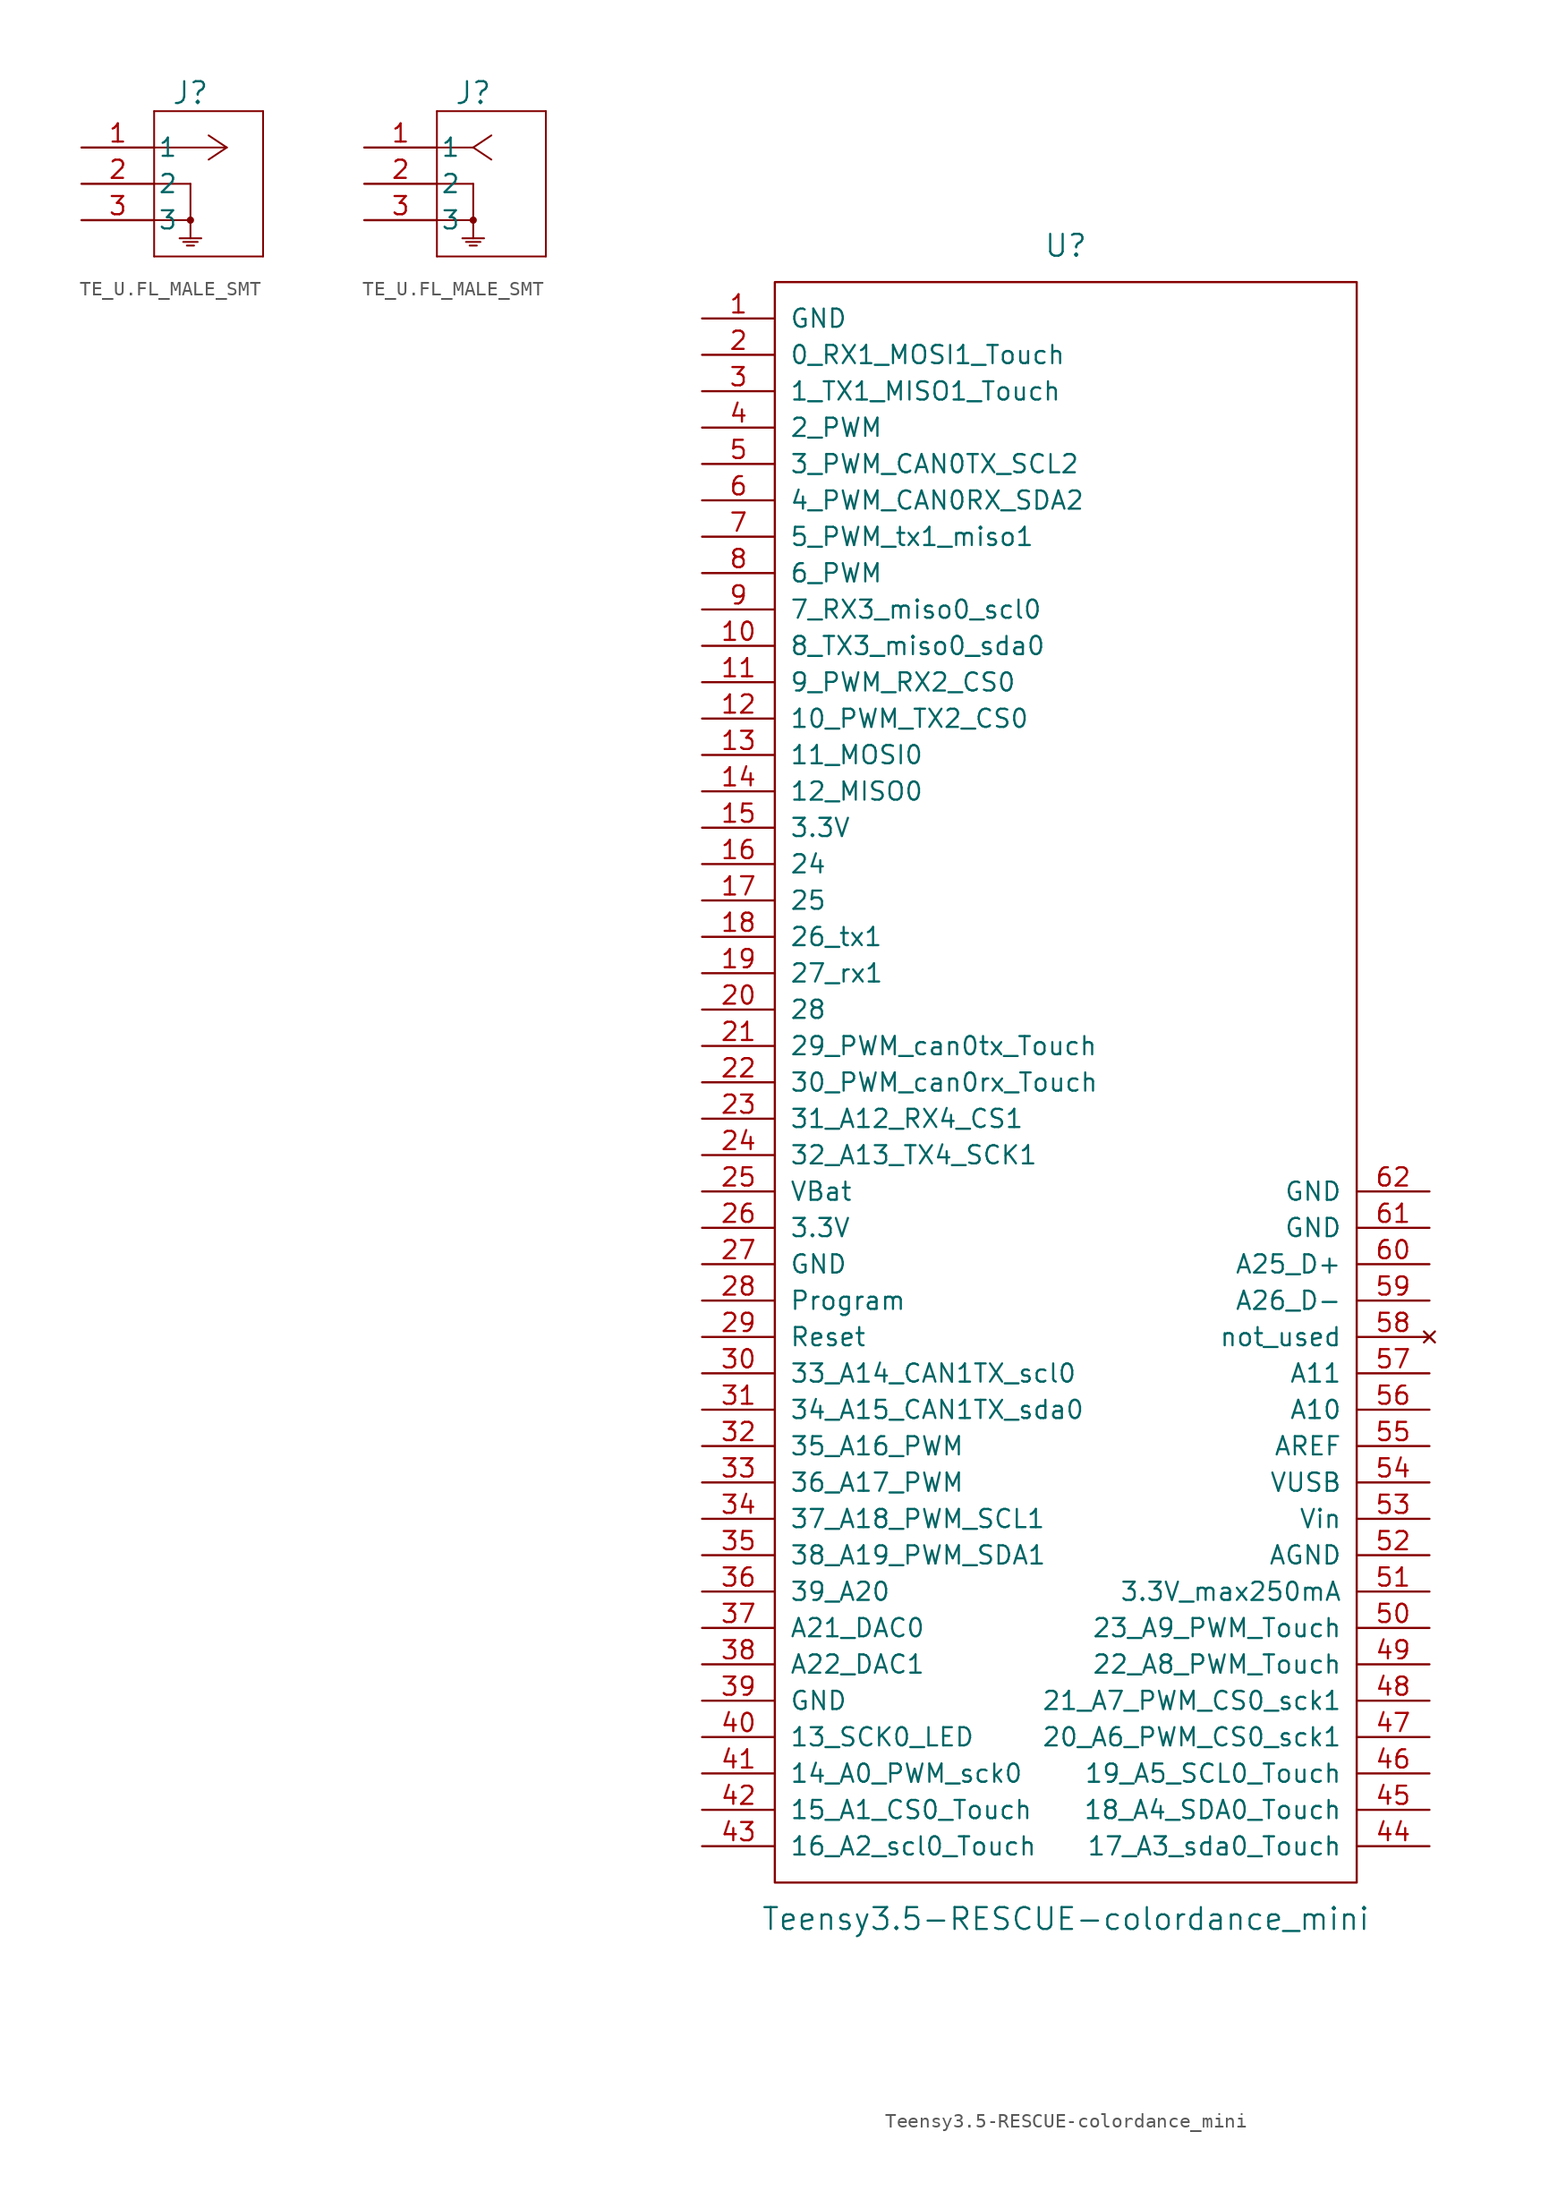
<source format=kicad_sym>
(kicad_symbol_lib
  (version 20231120)
  (generator "kicad_symbol_editor")
  (generator_version "8.0")
  (symbol "TE_U.FL_MALE_SMT"
    (pin_names
      (offset 0.254))
    (property "Reference" "J"
      (at 7.62 3.81 0)
      (effects (font (size 1.524 1.524))))
    (symbol "TE_U.FL_MALE_SMT_1_1"
      (polyline (pts (xy 5.08 -7.62) (xy 12.7 -7.62)) (stroke (width 0.127) (type default)) (fill (type none)))
      (polyline (pts (xy 5.08 2.54) (xy 5.08 -7.62)) (stroke (width 0.127) (type default)) (fill (type none)))
      (polyline (pts (xy 7.112 -6.604) (xy 8.128 -6.604)) (stroke (width 0.127) (type default)) (fill (type none)))
      (polyline (pts (xy 7.366 -6.858) (xy 7.874 -6.858)) (stroke (width 0.127) (type default)) (fill (type none)))
      (polyline (pts (xy 7.62 -5.08) (xy 5.08 -5.08)) (stroke (width 0.127) (type default)) (fill (type none)))
      (polyline (pts (xy 7.62 -2.54) (xy 5.08 -2.54)) (stroke (width 0.127) (type default)) (fill (type none)))
      (polyline (pts (xy 7.62 -2.54) (xy 7.62 -6.35)) (stroke (width 0.127) (type default)) (fill (type none)))
      (polyline (pts (xy 8.382 -6.35) (xy 6.858 -6.35)) (stroke (width 0.127) (type default)) (fill (type none)))
      (polyline (pts (xy 10.16 0) (xy 5.08 0)) (stroke (width 0.127) (type default)) (fill (type none)))
      (polyline (pts (xy 10.16 0) (xy 8.89 -0.847)) (stroke (width 0.127) (type default)) (fill (type none)))
      (polyline (pts (xy 10.16 0) (xy 8.89 0.847)) (stroke (width 0.127) (type default)) (fill (type none)))
      (polyline (pts (xy 12.7 -7.62) (xy 12.7 2.54)) (stroke (width 0.127) (type default)) (fill (type none)))
      (polyline (pts (xy 12.7 2.54) (xy 5.08 2.54)) (stroke (width 0.127) (type default)) (fill (type none)))
      (circle (center 7.62 -5.08) (radius 0.127) (stroke (width 0.254) (type default)) (fill (type none)))
      (pin bidirectional line (at 0 0 0) (length 5.08) (name "1" (effects (font (size 1.27 1.27)))) (number "1" (effects (font (size 1.27 1.27)))))
      (pin power_in line (at 0 -2.54 0) (length 5.08) (name "2" (effects (font (size 1.27 1.27)))) (number "2" (effects (font (size 1.27 1.27)))))
      (pin power_in line (at 0 -5.08 0) (length 5.08) (name "3" (effects (font (size 1.27 1.27)))) (number "3" (effects (font (size 1.27 1.27))))))
    (symbol "TE_U.FL_MALE_SMT_1_2"
      (polyline (pts (xy 5.08 -7.62) (xy 12.7 -7.62)) (stroke (width 0.127) (type default)) (fill (type none)))
      (polyline (pts (xy 5.08 2.54) (xy 5.08 -7.62)) (stroke (width 0.127) (type default)) (fill (type none)))
      (polyline (pts (xy 7.112 -6.604) (xy 8.128 -6.604)) (stroke (width 0.127) (type default)) (fill (type none)))
      (polyline (pts (xy 7.366 -6.858) (xy 7.874 -6.858)) (stroke (width 0.127) (type default)) (fill (type none)))
      (polyline (pts (xy 7.62 -5.08) (xy 5.08 -5.08)) (stroke (width 0.127) (type default)) (fill (type none)))
      (polyline (pts (xy 7.62 -2.54) (xy 5.08 -2.54)) (stroke (width 0.127) (type default)) (fill (type none)))
      (polyline (pts (xy 7.62 -2.54) (xy 7.62 -6.35)) (stroke (width 0.127) (type default)) (fill (type none)))
      (polyline (pts (xy 7.62 0) (xy 5.08 0)) (stroke (width 0.127) (type default)) (fill (type none)))
      (polyline (pts (xy 7.62 0) (xy 8.89 -0.847)) (stroke (width 0.127) (type default)) (fill (type none)))
      (polyline (pts (xy 7.62 0) (xy 8.89 0.847)) (stroke (width 0.127) (type default)) (fill (type none)))
      (polyline (pts (xy 8.382 -6.35) (xy 6.858 -6.35)) (stroke (width 0.127) (type default)) (fill (type none)))
      (polyline (pts (xy 12.7 -7.62) (xy 12.7 2.54)) (stroke (width 0.127) (type default)) (fill (type none)))
      (polyline (pts (xy 12.7 2.54) (xy 5.08 2.54)) (stroke (width 0.127) (type default)) (fill (type none)))
      (circle (center 7.62 -5.08) (radius 0.127) (stroke (width 0.254) (type default)) (fill (type none)))
      (pin unspecified line (at 0 0 0) (length 5.08) (name "1" (effects (font (size 1.27 1.27)))) (number "1" (effects (font (size 1.27 1.27)))))
      (pin unspecified line (at 0 -2.54 0) (length 5.08) (name "2" (effects (font (size 1.27 1.27)))) (number "2" (effects (font (size 1.27 1.27)))))
      (pin unspecified line (at 0 -5.08 0) (length 5.08) (name "3" (effects (font (size 1.27 1.27)))) (number "3" (effects (font (size 1.27 1.27)))))))
  (symbol "Teensy3.5-RESCUE-colordance_mini"
    (pin_names
      (offset 1.016))
    (property "Reference" "U"
      (at 0 58.42 0)
      (effects (font (size 1.524 1.524))))
    (property "Value" "Teensy3.5-RESCUE-colordance_mini"
      (at 0 -58.42 0)
      (effects (font (size 1.524 1.524))))
    (property "Footprint" ""
      (at 0 0 0)
      (effects (font (size 1.524 1.524))))
    (property "Datasheet" ""
      (at 0 0 0)
      (effects (font (size 1.524 1.524))))
    (symbol "Teensy3.5-RESCUE-colordance_mini_0_1"
      (rectangle (start -20.32 55.88) (end 20.32 -55.88) (stroke (width 0) (type default)) (fill (type none))))
    (symbol "Teensy3.5-RESCUE-colordance_mini_1_1"
      (pin power_in line (at -25.4 53.34 0) (length 5.08) (name "GND" (effects (font (size 1.27 1.27)))) (number "1" (effects (font (size 1.27 1.27)))))
      (pin bidirectional line (at -25.4 30.48 0) (length 5.08) (name "8_TX3_miso0_sda0" (effects (font (size 1.27 1.27)))) (number "10" (effects (font (size 1.27 1.27)))))
      (pin bidirectional line (at -25.4 27.94 0) (length 5.08) (name "9_PWM_RX2_CS0" (effects (font (size 1.27 1.27)))) (number "11" (effects (font (size 1.27 1.27)))))
      (pin bidirectional line (at -25.4 25.4 0) (length 5.08) (name "10_PWM_TX2_CS0" (effects (font (size 1.27 1.27)))) (number "12" (effects (font (size 1.27 1.27)))))
      (pin bidirectional line (at -25.4 22.86 0) (length 5.08) (name "11_MOSI0" (effects (font (size 1.27 1.27)))) (number "13" (effects (font (size 1.27 1.27)))))
      (pin bidirectional line (at -25.4 20.32 0) (length 5.08) (name "12_MISO0" (effects (font (size 1.27 1.27)))) (number "14" (effects (font (size 1.27 1.27)))))
      (pin power_in line (at -25.4 17.78 0) (length 5.08) (name "3.3V" (effects (font (size 1.27 1.27)))) (number "15" (effects (font (size 1.27 1.27)))))
      (pin bidirectional line (at -25.4 15.24 0) (length 5.08) (name "24" (effects (font (size 1.27 1.27)))) (number "16" (effects (font (size 1.27 1.27)))))
      (pin bidirectional line (at -25.4 12.7 0) (length 5.08) (name "25" (effects (font (size 1.27 1.27)))) (number "17" (effects (font (size 1.27 1.27)))))
      (pin bidirectional line (at -25.4 10.16 0) (length 5.08) (name "26_tx1" (effects (font (size 1.27 1.27)))) (number "18" (effects (font (size 1.27 1.27)))))
      (pin bidirectional line (at -25.4 7.62 0) (length 5.08) (name "27_rx1" (effects (font (size 1.27 1.27)))) (number "19" (effects (font (size 1.27 1.27)))))
      (pin bidirectional line (at -25.4 50.8 0) (length 5.08) (name "0_RX1_MOSI1_Touch" (effects (font (size 1.27 1.27)))) (number "2" (effects (font (size 1.27 1.27)))))
      (pin bidirectional line (at -25.4 5.08 0) (length 5.08) (name "28" (effects (font (size 1.27 1.27)))) (number "20" (effects (font (size 1.27 1.27)))))
      (pin bidirectional line (at -25.4 2.54 0) (length 5.08) (name "29_PWM_can0tx_Touch" (effects (font (size 1.27 1.27)))) (number "21" (effects (font (size 1.27 1.27)))))
      (pin bidirectional line (at -25.4 0 0) (length 5.08) (name "30_PWM_can0rx_Touch" (effects (font (size 1.27 1.27)))) (number "22" (effects (font (size 1.27 1.27)))))
      (pin bidirectional line (at -25.4 -2.54 0) (length 5.08) (name "31_A12_RX4_CS1" (effects (font (size 1.27 1.27)))) (number "23" (effects (font (size 1.27 1.27)))))
      (pin bidirectional line (at -25.4 -5.08 0) (length 5.08) (name "32_A13_TX4_SCK1" (effects (font (size 1.27 1.27)))) (number "24" (effects (font (size 1.27 1.27)))))
      (pin power_in line (at -25.4 -7.62 0) (length 5.08) (name "VBat" (effects (font (size 1.27 1.27)))) (number "25" (effects (font (size 1.27 1.27)))))
      (pin power_in line (at -25.4 -10.16 0) (length 5.08) (name "3.3V" (effects (font (size 1.27 1.27)))) (number "26" (effects (font (size 1.27 1.27)))))
      (pin power_in line (at -25.4 -12.7 0) (length 5.08) (name "GND" (effects (font (size 1.27 1.27)))) (number "27" (effects (font (size 1.27 1.27)))))
      (pin bidirectional line (at -25.4 -15.24 0) (length 5.08) (name "Program" (effects (font (size 1.27 1.27)))) (number "28" (effects (font (size 1.27 1.27)))))
      (pin bidirectional line (at -25.4 -17.78 0) (length 5.08) (name "Reset" (effects (font (size 1.27 1.27)))) (number "29" (effects (font (size 1.27 1.27)))))
      (pin bidirectional line (at -25.4 48.26 0) (length 5.08) (name "1_TX1_MISO1_Touch" (effects (font (size 1.27 1.27)))) (number "3" (effects (font (size 1.27 1.27)))))
      (pin bidirectional line (at -25.4 -20.32 0) (length 5.08) (name "33_A14_CAN1TX_scl0" (effects (font (size 1.27 1.27)))) (number "30" (effects (font (size 1.27 1.27)))))
      (pin bidirectional line (at -25.4 -22.86 0) (length 5.08) (name "34_A15_CAN1TX_sda0" (effects (font (size 1.27 1.27)))) (number "31" (effects (font (size 1.27 1.27)))))
      (pin bidirectional line (at -25.4 -25.4 0) (length 5.08) (name "35_A16_PWM" (effects (font (size 1.27 1.27)))) (number "32" (effects (font (size 1.27 1.27)))))
      (pin bidirectional line (at -25.4 -27.94 0) (length 5.08) (name "36_A17_PWM" (effects (font (size 1.27 1.27)))) (number "33" (effects (font (size 1.27 1.27)))))
      (pin bidirectional line (at -25.4 -30.48 0) (length 5.08) (name "37_A18_PWM_SCL1" (effects (font (size 1.27 1.27)))) (number "34" (effects (font (size 1.27 1.27)))))
      (pin bidirectional line (at -25.4 -33.02 0) (length 5.08) (name "38_A19_PWM_SDA1" (effects (font (size 1.27 1.27)))) (number "35" (effects (font (size 1.27 1.27)))))
      (pin bidirectional line (at -25.4 -35.56 0) (length 5.08) (name "39_A20" (effects (font (size 1.27 1.27)))) (number "36" (effects (font (size 1.27 1.27)))))
      (pin bidirectional line (at -25.4 -38.1 0) (length 5.08) (name "A21_DAC0" (effects (font (size 1.27 1.27)))) (number "37" (effects (font (size 1.27 1.27)))))
      (pin bidirectional line (at -25.4 -40.64 0) (length 5.08) (name "A22_DAC1" (effects (font (size 1.27 1.27)))) (number "38" (effects (font (size 1.27 1.27)))))
      (pin power_in line (at -25.4 -43.18 0) (length 5.08) (name "GND" (effects (font (size 1.27 1.27)))) (number "39" (effects (font (size 1.27 1.27)))))
      (pin bidirectional line (at -25.4 45.72 0) (length 5.08) (name "2_PWM" (effects (font (size 1.27 1.27)))) (number "4" (effects (font (size 1.27 1.27)))))
      (pin bidirectional line (at -25.4 -45.72 0) (length 5.08) (name "13_SCK0_LED" (effects (font (size 1.27 1.27)))) (number "40" (effects (font (size 1.27 1.27)))))
      (pin bidirectional line (at -25.4 -48.26 0) (length 5.08) (name "14_A0_PWM_sck0" (effects (font (size 1.27 1.27)))) (number "41" (effects (font (size 1.27 1.27)))))
      (pin bidirectional line (at -25.4 -50.8 0) (length 5.08) (name "15_A1_CS0_Touch" (effects (font (size 1.27 1.27)))) (number "42" (effects (font (size 1.27 1.27)))))
      (pin bidirectional line (at -25.4 -53.34 0) (length 5.08) (name "16_A2_scl0_Touch" (effects (font (size 1.27 1.27)))) (number "43" (effects (font (size 1.27 1.27)))))
      (pin bidirectional line (at 25.4 -53.34 180) (length 5.08) (name "17_A3_sda0_Touch" (effects (font (size 1.27 1.27)))) (number "44" (effects (font (size 1.27 1.27)))))
      (pin bidirectional line (at 25.4 -50.8 180) (length 5.08) (name "18_A4_SDA0_Touch" (effects (font (size 1.27 1.27)))) (number "45" (effects (font (size 1.27 1.27)))))
      (pin bidirectional line (at 25.4 -48.26 180) (length 5.08) (name "19_A5_SCL0_Touch" (effects (font (size 1.27 1.27)))) (number "46" (effects (font (size 1.27 1.27)))))
      (pin bidirectional line (at 25.4 -45.72 180) (length 5.08) (name "20_A6_PWM_CS0_sck1" (effects (font (size 1.27 1.27)))) (number "47" (effects (font (size 1.27 1.27)))))
      (pin bidirectional line (at 25.4 -43.18 180) (length 5.08) (name "21_A7_PWM_CS0_sck1" (effects (font (size 1.27 1.27)))) (number "48" (effects (font (size 1.27 1.27)))))
      (pin bidirectional line (at 25.4 -40.64 180) (length 5.08) (name "22_A8_PWM_Touch" (effects (font (size 1.27 1.27)))) (number "49" (effects (font (size 1.27 1.27)))))
      (pin bidirectional line (at -25.4 43.18 0) (length 5.08) (name "3_PWM_CAN0TX_SCL2" (effects (font (size 1.27 1.27)))) (number "5" (effects (font (size 1.27 1.27)))))
      (pin bidirectional line (at 25.4 -38.1 180) (length 5.08) (name "23_A9_PWM_Touch" (effects (font (size 1.27 1.27)))) (number "50" (effects (font (size 1.27 1.27)))))
      (pin power_out line (at 25.4 -35.56 180) (length 5.08) (name "3.3V_max250mA" (effects (font (size 1.27 1.27)))) (number "51" (effects (font (size 1.27 1.27)))))
      (pin power_in line (at 25.4 -33.02 180) (length 5.08) (name "AGND" (effects (font (size 1.27 1.27)))) (number "52" (effects (font (size 1.27 1.27)))))
      (pin power_in line (at 25.4 -30.48 180) (length 5.08) (name "Vin" (effects (font (size 1.27 1.27)))) (number "53" (effects (font (size 1.27 1.27)))))
      (pin power_in line (at 25.4 -27.94 180) (length 5.08) (name "VUSB" (effects (font (size 1.27 1.27)))) (number "54" (effects (font (size 1.27 1.27)))))
      (pin bidirectional line (at 25.4 -25.4 180) (length 5.08) (name "AREF" (effects (font (size 1.27 1.27)))) (number "55" (effects (font (size 1.27 1.27)))))
      (pin bidirectional line (at 25.4 -22.86 180) (length 5.08) (name "A10" (effects (font (size 1.27 1.27)))) (number "56" (effects (font (size 1.27 1.27)))))
      (pin bidirectional line (at 25.4 -20.32 180) (length 5.08) (name "A11" (effects (font (size 1.27 1.27)))) (number "57" (effects (font (size 1.27 1.27)))))
      (pin no_connect line (at 25.4 -17.78 180) (length 5.08) (name "not_used" (effects (font (size 1.27 1.27)))) (number "58" (effects (font (size 1.27 1.27)))))
      (pin bidirectional line (at 25.4 -15.24 180) (length 5.08) (name "A26_D-" (effects (font (size 1.27 1.27)))) (number "59" (effects (font (size 1.27 1.27)))))
      (pin bidirectional line (at -25.4 40.64 0) (length 5.08) (name "4_PWM_CAN0RX_SDA2" (effects (font (size 1.27 1.27)))) (number "6" (effects (font (size 1.27 1.27)))))
      (pin bidirectional line (at 25.4 -12.7 180) (length 5.08) (name "A25_D+" (effects (font (size 1.27 1.27)))) (number "60" (effects (font (size 1.27 1.27)))))
      (pin power_in line (at 25.4 -10.16 180) (length 5.08) (name "GND" (effects (font (size 1.27 1.27)))) (number "61" (effects (font (size 1.27 1.27)))))
      (pin power_in line (at 25.4 -7.62 180) (length 5.08) (name "GND" (effects (font (size 1.27 1.27)))) (number "62" (effects (font (size 1.27 1.27)))))
      (pin bidirectional line (at -25.4 38.1 0) (length 5.08) (name "5_PWM_tx1_miso1" (effects (font (size 1.27 1.27)))) (number "7" (effects (font (size 1.27 1.27)))))
      (pin bidirectional line (at -25.4 35.56 0) (length 5.08) (name "6_PWM" (effects (font (size 1.27 1.27)))) (number "8" (effects (font (size 1.27 1.27)))))
      (pin bidirectional line (at -25.4 33.02 0) (length 5.08) (name "7_RX3_miso0_scl0" (effects (font (size 1.27 1.27)))) (number "9" (effects (font (size 1.27 1.27))))))))
</source>
